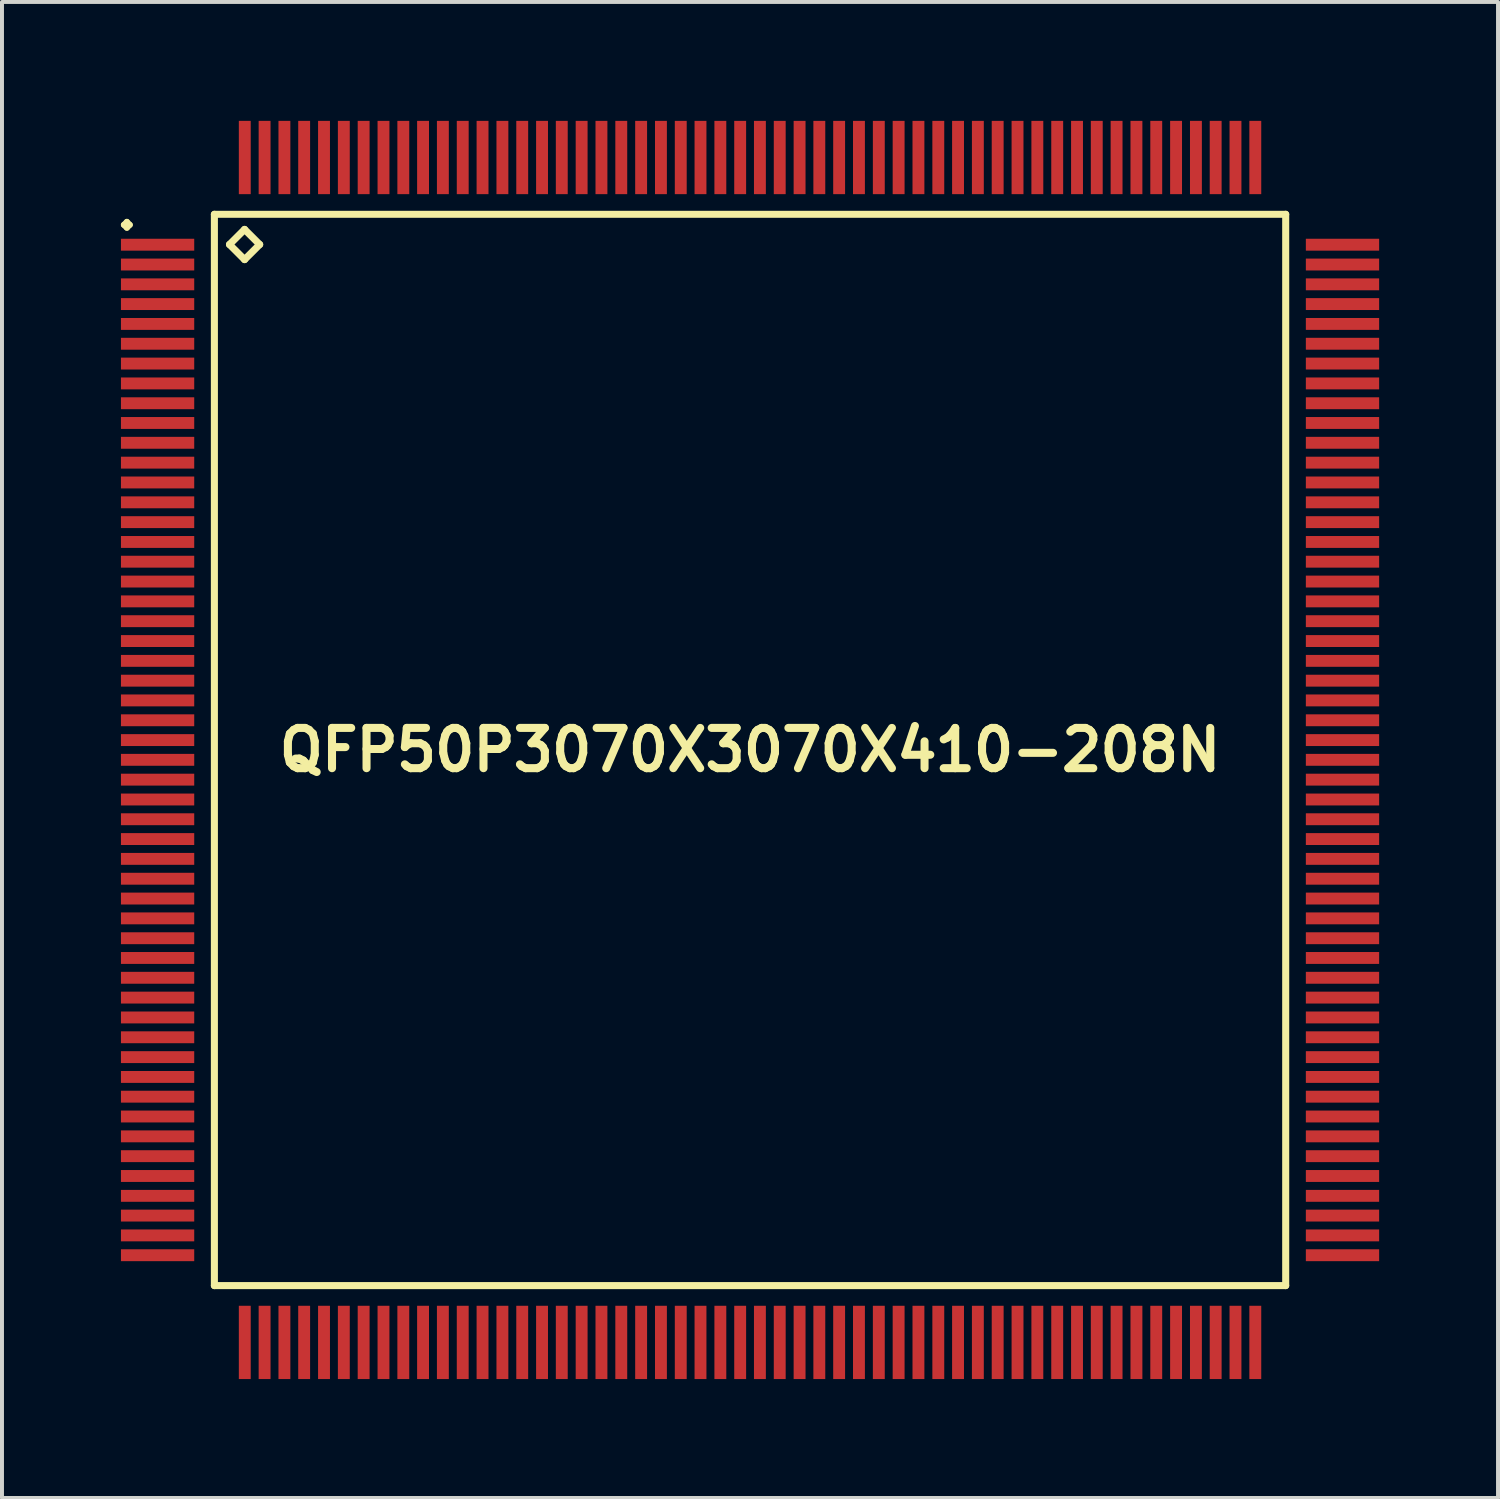
<source format=kicad_pcb>
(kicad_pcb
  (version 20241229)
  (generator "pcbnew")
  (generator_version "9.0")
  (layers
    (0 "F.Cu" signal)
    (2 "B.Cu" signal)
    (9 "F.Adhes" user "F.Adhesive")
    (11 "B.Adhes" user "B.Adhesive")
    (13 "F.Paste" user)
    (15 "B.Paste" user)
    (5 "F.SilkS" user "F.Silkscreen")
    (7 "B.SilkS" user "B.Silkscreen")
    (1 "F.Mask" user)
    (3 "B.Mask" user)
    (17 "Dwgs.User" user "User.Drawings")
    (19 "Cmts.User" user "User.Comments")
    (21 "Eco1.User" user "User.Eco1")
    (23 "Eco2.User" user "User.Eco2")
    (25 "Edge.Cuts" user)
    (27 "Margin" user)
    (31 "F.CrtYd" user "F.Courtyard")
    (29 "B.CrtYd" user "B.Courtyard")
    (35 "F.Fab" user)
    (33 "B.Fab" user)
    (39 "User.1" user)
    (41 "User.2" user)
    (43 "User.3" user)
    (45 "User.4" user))
  (footprint "QFP50P3070X3070X410-208N"
    (layer "F.Cu")
    (at 15.874 15.872)
    (property "Reference" "QFP50P3070X3070X410-208N" (at 0 0 0) (layer "F.SilkS") (effects (font (size 1.016 1.016) (thickness 0.203))))
    (attr smd)
    (fp_line (start -15.799 -13.249) (end -15.723 -13.325) (stroke (width 0.15) (type solid)) (layer "F.SilkS"))
    (fp_line (start -15.723 -13.325) (end -15.649 -13.249) (stroke (width 0.15) (type solid)) (layer "F.SilkS"))
    (fp_line (start -15.723 -13.175) (end -15.799 -13.249) (stroke (width 0.15) (type solid)) (layer "F.SilkS"))
    (fp_line (start -15.649 -13.249) (end -15.723 -13.175) (stroke (width 0.15) (type solid)) (layer "F.SilkS"))
    (fp_line (start -13.515 -13.515) (end -13.515 13.515) (stroke (width 0.178) (type solid)) (layer "F.SilkS"))
    (fp_line (start -13.515 13.515) (end 13.515 13.515) (stroke (width 0.178) (type solid)) (layer "F.SilkS"))
    (fp_line (start -13.134 -12.753) (end -12.753 -13.134) (stroke (width 0.178) (type solid)) (layer "F.SilkS"))
    (fp_line (start -12.753 -13.134) (end -12.372 -12.753) (stroke (width 0.178) (type solid)) (layer "F.SilkS"))
    (fp_line (start -12.753 -12.372) (end -13.134 -12.753) (stroke (width 0.178) (type solid)) (layer "F.SilkS"))
    (fp_line (start -12.372 -12.753) (end -12.753 -12.372) (stroke (width 0.178) (type solid)) (layer "F.SilkS"))
    (fp_line (start 13.515 -13.515) (end -13.515 -13.515) (stroke (width 0.178) (type solid)) (layer "F.SilkS"))
    (fp_line (start 13.515 13.515) (end 13.515 -13.515) (stroke (width 0.178) (type solid)) (layer "F.SilkS"))
    (pad "1" smd rect (at -14.948 -12.748) (size 1.849 0.3) (layers "F.Cu" "F.Mask" "F.Paste"))
    (pad "2" smd rect (at -14.948 -12.248) (size 1.849 0.3) (layers "F.Cu" "F.Mask" "F.Paste"))
    (pad "3" smd rect (at -14.948 -11.748) (size 1.849 0.3) (layers "F.Cu" "F.Mask" "F.Paste"))
    (pad "4" smd rect (at -14.948 -11.25) (size 1.849 0.3) (layers "F.Cu" "F.Mask" "F.Paste"))
    (pad "5" smd rect (at -14.948 -10.749) (size 1.849 0.3) (layers "F.Cu" "F.Mask" "F.Paste"))
    (pad "6" smd rect (at -14.948 -10.249) (size 1.849 0.3) (layers "F.Cu" "F.Mask" "F.Paste"))
    (pad "7" smd rect (at -14.948 -9.749) (size 1.849 0.3) (layers "F.Cu" "F.Mask" "F.Paste"))
    (pad "8" smd rect (at -14.948 -9.248) (size 1.849 0.3) (layers "F.Cu" "F.Mask" "F.Paste"))
    (pad "9" smd rect (at -14.948 -8.748) (size 1.849 0.3) (layers "F.Cu" "F.Mask" "F.Paste"))
    (pad "10" smd rect (at -14.948 -8.25) (size 1.849 0.3) (layers "F.Cu" "F.Mask" "F.Paste"))
    (pad "11" smd rect (at -14.948 -7.75) (size 1.849 0.3) (layers "F.Cu" "F.Mask" "F.Paste"))
    (pad "12" smd rect (at -14.948 -7.249) (size 1.849 0.3) (layers "F.Cu" "F.Mask" "F.Paste"))
    (pad "13" smd rect (at -14.948 -6.749) (size 1.849 0.3) (layers "F.Cu" "F.Mask" "F.Paste"))
    (pad "14" smd rect (at -14.948 -6.248) (size 1.849 0.3) (layers "F.Cu" "F.Mask" "F.Paste"))
    (pad "15" smd rect (at -14.948 -5.748) (size 1.849 0.3) (layers "F.Cu" "F.Mask" "F.Paste"))
    (pad "16" smd rect (at -14.948 -5.248) (size 1.849 0.3) (layers "F.Cu" "F.Mask" "F.Paste"))
    (pad "17" smd rect (at -14.948 -4.75) (size 1.849 0.3) (layers "F.Cu" "F.Mask" "F.Paste"))
    (pad "18" smd rect (at -14.948 -4.249) (size 1.849 0.3) (layers "F.Cu" "F.Mask" "F.Paste"))
    (pad "19" smd rect (at -14.948 -3.749) (size 1.849 0.3) (layers "F.Cu" "F.Mask" "F.Paste"))
    (pad "20" smd rect (at -14.948 -3.249) (size 1.849 0.3) (layers "F.Cu" "F.Mask" "F.Paste"))
    (pad "21" smd rect (at -14.948 -2.748) (size 1.849 0.3) (layers "F.Cu" "F.Mask" "F.Paste"))
    (pad "22" smd rect (at -14.948 -2.248) (size 1.849 0.3) (layers "F.Cu" "F.Mask" "F.Paste"))
    (pad "23" smd rect (at -14.948 -1.748) (size 1.849 0.3) (layers "F.Cu" "F.Mask" "F.Paste"))
    (pad "24" smd rect (at -14.948 -1.25) (size 1.849 0.3) (layers "F.Cu" "F.Mask" "F.Paste"))
    (pad "25" smd rect (at -14.948 -0.749) (size 1.849 0.3) (layers "F.Cu" "F.Mask" "F.Paste"))
    (pad "26" smd rect (at -14.948 -0.249) (size 1.849 0.3) (layers "F.Cu" "F.Mask" "F.Paste"))
    (pad "27" smd rect (at -14.948 0.249) (size 1.849 0.3) (layers "F.Cu" "F.Mask" "F.Paste"))
    (pad "28" smd rect (at -14.948 0.749) (size 1.849 0.3) (layers "F.Cu" "F.Mask" "F.Paste"))
    (pad "29" smd rect (at -14.948 1.25) (size 1.849 0.3) (layers "F.Cu" "F.Mask" "F.Paste"))
    (pad "30" smd rect (at -14.948 1.748) (size 1.849 0.3) (layers "F.Cu" "F.Mask" "F.Paste"))
    (pad "31" smd rect (at -14.948 2.248) (size 1.849 0.3) (layers "F.Cu" "F.Mask" "F.Paste"))
    (pad "32" smd rect (at -14.948 2.748) (size 1.849 0.3) (layers "F.Cu" "F.Mask" "F.Paste"))
    (pad "33" smd rect (at -14.948 3.249) (size 1.849 0.3) (layers "F.Cu" "F.Mask" "F.Paste"))
    (pad "34" smd rect (at -14.948 3.749) (size 1.849 0.3) (layers "F.Cu" "F.Mask" "F.Paste"))
    (pad "35" smd rect (at -14.948 4.249) (size 1.849 0.3) (layers "F.Cu" "F.Mask" "F.Paste"))
    (pad "36" smd rect (at -14.948 4.75) (size 1.849 0.3) (layers "F.Cu" "F.Mask" "F.Paste"))
    (pad "37" smd rect (at -14.948 5.248) (size 1.849 0.3) (layers "F.Cu" "F.Mask" "F.Paste"))
    (pad "38" smd rect (at -14.948 5.748) (size 1.849 0.3) (layers "F.Cu" "F.Mask" "F.Paste"))
    (pad "39" smd rect (at -14.948 6.248) (size 1.849 0.3) (layers "F.Cu" "F.Mask" "F.Paste"))
    (pad "40" smd rect (at -14.948 6.749) (size 1.849 0.3) (layers "F.Cu" "F.Mask" "F.Paste"))
    (pad "41" smd rect (at -14.948 7.249) (size 1.849 0.3) (layers "F.Cu" "F.Mask" "F.Paste"))
    (pad "42" smd rect (at -14.948 7.75) (size 1.849 0.3) (layers "F.Cu" "F.Mask" "F.Paste"))
    (pad "43" smd rect (at -14.948 8.25) (size 1.849 0.3) (layers "F.Cu" "F.Mask" "F.Paste"))
    (pad "44" smd rect (at -14.948 8.748) (size 1.849 0.3) (layers "F.Cu" "F.Mask" "F.Paste"))
    (pad "45" smd rect (at -14.948 9.248) (size 1.849 0.3) (layers "F.Cu" "F.Mask" "F.Paste"))
    (pad "46" smd rect (at -14.948 9.749) (size 1.849 0.3) (layers "F.Cu" "F.Mask" "F.Paste"))
    (pad "47" smd rect (at -14.948 10.249) (size 1.849 0.3) (layers "F.Cu" "F.Mask" "F.Paste"))
    (pad "48" smd rect (at -14.948 10.749) (size 1.849 0.3) (layers "F.Cu" "F.Mask" "F.Paste"))
    (pad "49" smd rect (at -14.948 11.25) (size 1.849 0.3) (layers "F.Cu" "F.Mask" "F.Paste"))
    (pad "50" smd rect (at -14.948 11.748) (size 1.849 0.3) (layers "F.Cu" "F.Mask" "F.Paste"))
    (pad "51" smd rect (at -14.948 12.248) (size 1.849 0.3) (layers "F.Cu" "F.Mask" "F.Paste"))
    (pad "52" smd rect (at -14.948 12.748) (size 1.849 0.3) (layers "F.Cu" "F.Mask" "F.Paste"))
    (pad "53" smd rect (at -12.748 14.948) (size 0.3 1.849) (layers "F.Cu" "F.Mask" "F.Paste"))
    (pad "54" smd rect (at -12.248 14.948) (size 0.3 1.849) (layers "F.Cu" "F.Mask" "F.Paste"))
    (pad "55" smd rect (at -11.748 14.948) (size 0.3 1.849) (layers "F.Cu" "F.Mask" "F.Paste"))
    (pad "56" smd rect (at -11.25 14.948) (size 0.3 1.849) (layers "F.Cu" "F.Mask" "F.Paste"))
    (pad "57" smd rect (at -10.749 14.948) (size 0.3 1.849) (layers "F.Cu" "F.Mask" "F.Paste"))
    (pad "58" smd rect (at -10.249 14.948) (size 0.3 1.849) (layers "F.Cu" "F.Mask" "F.Paste"))
    (pad "59" smd rect (at -9.749 14.948) (size 0.3 1.849) (layers "F.Cu" "F.Mask" "F.Paste"))
    (pad "60" smd rect (at -9.248 14.948) (size 0.3 1.849) (layers "F.Cu" "F.Mask" "F.Paste"))
    (pad "61" smd rect (at -8.748 14.948) (size 0.3 1.849) (layers "F.Cu" "F.Mask" "F.Paste"))
    (pad "62" smd rect (at -8.25 14.948) (size 0.3 1.849) (layers "F.Cu" "F.Mask" "F.Paste"))
    (pad "63" smd rect (at -7.75 14.948) (size 0.3 1.849) (layers "F.Cu" "F.Mask" "F.Paste"))
    (pad "64" smd rect (at -7.249 14.948) (size 0.3 1.849) (layers "F.Cu" "F.Mask" "F.Paste"))
    (pad "65" smd rect (at -6.749 14.948) (size 0.3 1.849) (layers "F.Cu" "F.Mask" "F.Paste"))
    (pad "66" smd rect (at -6.248 14.948) (size 0.3 1.849) (layers "F.Cu" "F.Mask" "F.Paste"))
    (pad "67" smd rect (at -5.748 14.948) (size 0.3 1.849) (layers "F.Cu" "F.Mask" "F.Paste"))
    (pad "68" smd rect (at -5.248 14.948) (size 0.3 1.849) (layers "F.Cu" "F.Mask" "F.Paste"))
    (pad "69" smd rect (at -4.75 14.948) (size 0.3 1.849) (layers "F.Cu" "F.Mask" "F.Paste"))
    (pad "70" smd rect (at -4.249 14.948) (size 0.3 1.849) (layers "F.Cu" "F.Mask" "F.Paste"))
    (pad "71" smd rect (at -3.749 14.948) (size 0.3 1.849) (layers "F.Cu" "F.Mask" "F.Paste"))
    (pad "72" smd rect (at -3.249 14.948) (size 0.3 1.849) (layers "F.Cu" "F.Mask" "F.Paste"))
    (pad "73" smd rect (at -2.748 14.948) (size 0.3 1.849) (layers "F.Cu" "F.Mask" "F.Paste"))
    (pad "74" smd rect (at -2.248 14.948) (size 0.3 1.849) (layers "F.Cu" "F.Mask" "F.Paste"))
    (pad "75" smd rect (at -1.748 14.948) (size 0.3 1.849) (layers "F.Cu" "F.Mask" "F.Paste"))
    (pad "76" smd rect (at -1.25 14.948) (size 0.3 1.849) (layers "F.Cu" "F.Mask" "F.Paste"))
    (pad "77" smd rect (at -0.749 14.948) (size 0.3 1.849) (layers "F.Cu" "F.Mask" "F.Paste"))
    (pad "78" smd rect (at -0.249 14.948) (size 0.3 1.849) (layers "F.Cu" "F.Mask" "F.Paste"))
    (pad "79" smd rect (at 0.249 14.948) (size 0.3 1.849) (layers "F.Cu" "F.Mask" "F.Paste"))
    (pad "80" smd rect (at 0.749 14.948) (size 0.3 1.849) (layers "F.Cu" "F.Mask" "F.Paste"))
    (pad "81" smd rect (at 1.25 14.948) (size 0.3 1.849) (layers "F.Cu" "F.Mask" "F.Paste"))
    (pad "82" smd rect (at 1.748 14.948) (size 0.3 1.849) (layers "F.Cu" "F.Mask" "F.Paste"))
    (pad "83" smd rect (at 2.248 14.948) (size 0.3 1.849) (layers "F.Cu" "F.Mask" "F.Paste"))
    (pad "84" smd rect (at 2.748 14.948) (size 0.3 1.849) (layers "F.Cu" "F.Mask" "F.Paste"))
    (pad "85" smd rect (at 3.249 14.948) (size 0.3 1.849) (layers "F.Cu" "F.Mask" "F.Paste"))
    (pad "86" smd rect (at 3.749 14.948) (size 0.3 1.849) (layers "F.Cu" "F.Mask" "F.Paste"))
    (pad "87" smd rect (at 4.249 14.948) (size 0.3 1.849) (layers "F.Cu" "F.Mask" "F.Paste"))
    (pad "88" smd rect (at 4.75 14.948) (size 0.3 1.849) (layers "F.Cu" "F.Mask" "F.Paste"))
    (pad "89" smd rect (at 5.248 14.948) (size 0.3 1.849) (layers "F.Cu" "F.Mask" "F.Paste"))
    (pad "90" smd rect (at 5.748 14.948) (size 0.3 1.849) (layers "F.Cu" "F.Mask" "F.Paste"))
    (pad "91" smd rect (at 6.248 14.948) (size 0.3 1.849) (layers "F.Cu" "F.Mask" "F.Paste"))
    (pad "92" smd rect (at 6.749 14.948) (size 0.3 1.849) (layers "F.Cu" "F.Mask" "F.Paste"))
    (pad "93" smd rect (at 7.249 14.948) (size 0.3 1.849) (layers "F.Cu" "F.Mask" "F.Paste"))
    (pad "94" smd rect (at 7.75 14.948) (size 0.3 1.849) (layers "F.Cu" "F.Mask" "F.Paste"))
    (pad "95" smd rect (at 8.25 14.948) (size 0.3 1.849) (layers "F.Cu" "F.Mask" "F.Paste"))
    (pad "96" smd rect (at 8.748 14.948) (size 0.3 1.849) (layers "F.Cu" "F.Mask" "F.Paste"))
    (pad "97" smd rect (at 9.248 14.948) (size 0.3 1.849) (layers "F.Cu" "F.Mask" "F.Paste"))
    (pad "98" smd rect (at 9.749 14.948) (size 0.3 1.849) (layers "F.Cu" "F.Mask" "F.Paste"))
    (pad "99" smd rect (at 10.249 14.948) (size 0.3 1.849) (layers "F.Cu" "F.Mask" "F.Paste"))
    (pad "100" smd rect (at 10.749 14.948) (size 0.3 1.849) (layers "F.Cu" "F.Mask" "F.Paste"))
    (pad "101" smd rect (at 11.25 14.948) (size 0.3 1.849) (layers "F.Cu" "F.Mask" "F.Paste"))
    (pad "102" smd rect (at 11.748 14.948) (size 0.3 1.849) (layers "F.Cu" "F.Mask" "F.Paste"))
    (pad "103" smd rect (at 12.248 14.948) (size 0.3 1.849) (layers "F.Cu" "F.Mask" "F.Paste"))
    (pad "104" smd rect (at 12.748 14.948) (size 0.3 1.849) (layers "F.Cu" "F.Mask" "F.Paste"))
    (pad "105" smd rect (at 14.948 12.748) (size 1.849 0.3) (layers "F.Cu" "F.Mask" "F.Paste"))
    (pad "106" smd rect (at 14.948 12.248) (size 1.849 0.3) (layers "F.Cu" "F.Mask" "F.Paste"))
    (pad "107" smd rect (at 14.948 11.748) (size 1.849 0.3) (layers "F.Cu" "F.Mask" "F.Paste"))
    (pad "108" smd rect (at 14.948 11.25) (size 1.849 0.3) (layers "F.Cu" "F.Mask" "F.Paste"))
    (pad "109" smd rect (at 14.948 10.749) (size 1.849 0.3) (layers "F.Cu" "F.Mask" "F.Paste"))
    (pad "110" smd rect (at 14.948 10.249) (size 1.849 0.3) (layers "F.Cu" "F.Mask" "F.Paste"))
    (pad "111" smd rect (at 14.948 9.749) (size 1.849 0.3) (layers "F.Cu" "F.Mask" "F.Paste"))
    (pad "112" smd rect (at 14.948 9.248) (size 1.849 0.3) (layers "F.Cu" "F.Mask" "F.Paste"))
    (pad "113" smd rect (at 14.948 8.748) (size 1.849 0.3) (layers "F.Cu" "F.Mask" "F.Paste"))
    (pad "114" smd rect (at 14.948 8.25) (size 1.849 0.3) (layers "F.Cu" "F.Mask" "F.Paste"))
    (pad "115" smd rect (at 14.948 7.75) (size 1.849 0.3) (layers "F.Cu" "F.Mask" "F.Paste"))
    (pad "116" smd rect (at 14.948 7.249) (size 1.849 0.3) (layers "F.Cu" "F.Mask" "F.Paste"))
    (pad "117" smd rect (at 14.948 6.749) (size 1.849 0.3) (layers "F.Cu" "F.Mask" "F.Paste"))
    (pad "118" smd rect (at 14.948 6.248) (size 1.849 0.3) (layers "F.Cu" "F.Mask" "F.Paste"))
    (pad "119" smd rect (at 14.948 5.748) (size 1.849 0.3) (layers "F.Cu" "F.Mask" "F.Paste"))
    (pad "120" smd rect (at 14.948 5.248) (size 1.849 0.3) (layers "F.Cu" "F.Mask" "F.Paste"))
    (pad "121" smd rect (at 14.948 4.75) (size 1.849 0.3) (layers "F.Cu" "F.Mask" "F.Paste"))
    (pad "122" smd rect (at 14.948 4.249) (size 1.849 0.3) (layers "F.Cu" "F.Mask" "F.Paste"))
    (pad "123" smd rect (at 14.948 3.749) (size 1.849 0.3) (layers "F.Cu" "F.Mask" "F.Paste"))
    (pad "124" smd rect (at 14.948 3.249) (size 1.849 0.3) (layers "F.Cu" "F.Mask" "F.Paste"))
    (pad "125" smd rect (at 14.948 2.748) (size 1.849 0.3) (layers "F.Cu" "F.Mask" "F.Paste"))
    (pad "126" smd rect (at 14.948 2.248) (size 1.849 0.3) (layers "F.Cu" "F.Mask" "F.Paste"))
    (pad "127" smd rect (at 14.948 1.748) (size 1.849 0.3) (layers "F.Cu" "F.Mask" "F.Paste"))
    (pad "128" smd rect (at 14.948 1.25) (size 1.849 0.3) (layers "F.Cu" "F.Mask" "F.Paste"))
    (pad "129" smd rect (at 14.948 0.749) (size 1.849 0.3) (layers "F.Cu" "F.Mask" "F.Paste"))
    (pad "130" smd rect (at 14.948 0.249) (size 1.849 0.3) (layers "F.Cu" "F.Mask" "F.Paste"))
    (pad "131" smd rect (at 14.948 -0.249) (size 1.849 0.3) (layers "F.Cu" "F.Mask" "F.Paste"))
    (pad "132" smd rect (at 14.948 -0.749) (size 1.849 0.3) (layers "F.Cu" "F.Mask" "F.Paste"))
    (pad "133" smd rect (at 14.948 -1.25) (size 1.849 0.3) (layers "F.Cu" "F.Mask" "F.Paste"))
    (pad "134" smd rect (at 14.948 -1.748) (size 1.849 0.3) (layers "F.Cu" "F.Mask" "F.Paste"))
    (pad "135" smd rect (at 14.948 -2.248) (size 1.849 0.3) (layers "F.Cu" "F.Mask" "F.Paste"))
    (pad "136" smd rect (at 14.948 -2.748) (size 1.849 0.3) (layers "F.Cu" "F.Mask" "F.Paste"))
    (pad "137" smd rect (at 14.948 -3.249) (size 1.849 0.3) (layers "F.Cu" "F.Mask" "F.Paste"))
    (pad "138" smd rect (at 14.948 -3.749) (size 1.849 0.3) (layers "F.Cu" "F.Mask" "F.Paste"))
    (pad "139" smd rect (at 14.948 -4.249) (size 1.849 0.3) (layers "F.Cu" "F.Mask" "F.Paste"))
    (pad "140" smd rect (at 14.948 -4.75) (size 1.849 0.3) (layers "F.Cu" "F.Mask" "F.Paste"))
    (pad "141" smd rect (at 14.948 -5.248) (size 1.849 0.3) (layers "F.Cu" "F.Mask" "F.Paste"))
    (pad "142" smd rect (at 14.948 -5.748) (size 1.849 0.3) (layers "F.Cu" "F.Mask" "F.Paste"))
    (pad "143" smd rect (at 14.948 -6.248) (size 1.849 0.3) (layers "F.Cu" "F.Mask" "F.Paste"))
    (pad "144" smd rect (at 14.948 -6.749) (size 1.849 0.3) (layers "F.Cu" "F.Mask" "F.Paste"))
    (pad "145" smd rect (at 14.948 -7.249) (size 1.849 0.3) (layers "F.Cu" "F.Mask" "F.Paste"))
    (pad "146" smd rect (at 14.948 -7.75) (size 1.849 0.3) (layers "F.Cu" "F.Mask" "F.Paste"))
    (pad "147" smd rect (at 14.948 -8.25) (size 1.849 0.3) (layers "F.Cu" "F.Mask" "F.Paste"))
    (pad "148" smd rect (at 14.948 -8.748) (size 1.849 0.3) (layers "F.Cu" "F.Mask" "F.Paste"))
    (pad "149" smd rect (at 14.948 -9.248) (size 1.849 0.3) (layers "F.Cu" "F.Mask" "F.Paste"))
    (pad "150" smd rect (at 14.948 -9.749) (size 1.849 0.3) (layers "F.Cu" "F.Mask" "F.Paste"))
    (pad "151" smd rect (at 14.948 -10.249) (size 1.849 0.3) (layers "F.Cu" "F.Mask" "F.Paste"))
    (pad "152" smd rect (at 14.948 -10.749) (size 1.849 0.3) (layers "F.Cu" "F.Mask" "F.Paste"))
    (pad "153" smd rect (at 14.948 -11.25) (size 1.849 0.3) (layers "F.Cu" "F.Mask" "F.Paste"))
    (pad "154" smd rect (at 14.948 -11.748) (size 1.849 0.3) (layers "F.Cu" "F.Mask" "F.Paste"))
    (pad "155" smd rect (at 14.948 -12.248) (size 1.849 0.3) (layers "F.Cu" "F.Mask" "F.Paste"))
    (pad "156" smd rect (at 14.948 -12.748) (size 1.849 0.3) (layers "F.Cu" "F.Mask" "F.Paste"))
    (pad "157" smd rect (at 12.748 -14.948) (size 0.3 1.849) (layers "F.Cu" "F.Mask" "F.Paste"))
    (pad "158" smd rect (at 12.248 -14.948) (size 0.3 1.849) (layers "F.Cu" "F.Mask" "F.Paste"))
    (pad "159" smd rect (at 11.748 -14.948) (size 0.3 1.849) (layers "F.Cu" "F.Mask" "F.Paste"))
    (pad "160" smd rect (at 11.25 -14.948) (size 0.3 1.849) (layers "F.Cu" "F.Mask" "F.Paste"))
    (pad "161" smd rect (at 10.749 -14.948) (size 0.3 1.849) (layers "F.Cu" "F.Mask" "F.Paste"))
    (pad "162" smd rect (at 10.249 -14.948) (size 0.3 1.849) (layers "F.Cu" "F.Mask" "F.Paste"))
    (pad "163" smd rect (at 9.749 -14.948) (size 0.3 1.849) (layers "F.Cu" "F.Mask" "F.Paste"))
    (pad "164" smd rect (at 9.248 -14.948) (size 0.3 1.849) (layers "F.Cu" "F.Mask" "F.Paste"))
    (pad "165" smd rect (at 8.748 -14.948) (size 0.3 1.849) (layers "F.Cu" "F.Mask" "F.Paste"))
    (pad "166" smd rect (at 8.25 -14.948) (size 0.3 1.849) (layers "F.Cu" "F.Mask" "F.Paste"))
    (pad "167" smd rect (at 7.75 -14.948) (size 0.3 1.849) (layers "F.Cu" "F.Mask" "F.Paste"))
    (pad "168" smd rect (at 7.249 -14.948) (size 0.3 1.849) (layers "F.Cu" "F.Mask" "F.Paste"))
    (pad "169" smd rect (at 6.749 -14.948) (size 0.3 1.849) (layers "F.Cu" "F.Mask" "F.Paste"))
    (pad "170" smd rect (at 6.248 -14.948) (size 0.3 1.849) (layers "F.Cu" "F.Mask" "F.Paste"))
    (pad "171" smd rect (at 5.748 -14.948) (size 0.3 1.849) (layers "F.Cu" "F.Mask" "F.Paste"))
    (pad "172" smd rect (at 5.248 -14.948) (size 0.3 1.849) (layers "F.Cu" "F.Mask" "F.Paste"))
    (pad "173" smd rect (at 4.75 -14.948) (size 0.3 1.849) (layers "F.Cu" "F.Mask" "F.Paste"))
    (pad "174" smd rect (at 4.249 -14.948) (size 0.3 1.849) (layers "F.Cu" "F.Mask" "F.Paste"))
    (pad "175" smd rect (at 3.749 -14.948) (size 0.3 1.849) (layers "F.Cu" "F.Mask" "F.Paste"))
    (pad "176" smd rect (at 3.249 -14.948) (size 0.3 1.849) (layers "F.Cu" "F.Mask" "F.Paste"))
    (pad "177" smd rect (at 2.748 -14.948) (size 0.3 1.849) (layers "F.Cu" "F.Mask" "F.Paste"))
    (pad "178" smd rect (at 2.248 -14.948) (size 0.3 1.849) (layers "F.Cu" "F.Mask" "F.Paste"))
    (pad "179" smd rect (at 1.748 -14.948) (size 0.3 1.849) (layers "F.Cu" "F.Mask" "F.Paste"))
    (pad "180" smd rect (at 1.25 -14.948) (size 0.3 1.849) (layers "F.Cu" "F.Mask" "F.Paste"))
    (pad "181" smd rect (at 0.749 -14.948) (size 0.3 1.849) (layers "F.Cu" "F.Mask" "F.Paste"))
    (pad "182" smd rect (at 0.249 -14.948) (size 0.3 1.849) (layers "F.Cu" "F.Mask" "F.Paste"))
    (pad "183" smd rect (at -0.249 -14.948) (size 0.3 1.849) (layers "F.Cu" "F.Mask" "F.Paste"))
    (pad "184" smd rect (at -0.749 -14.948) (size 0.3 1.849) (layers "F.Cu" "F.Mask" "F.Paste"))
    (pad "185" smd rect (at -1.25 -14.948) (size 0.3 1.849) (layers "F.Cu" "F.Mask" "F.Paste"))
    (pad "186" smd rect (at -1.748 -14.948) (size 0.3 1.849) (layers "F.Cu" "F.Mask" "F.Paste"))
    (pad "187" smd rect (at -2.248 -14.948) (size 0.3 1.849) (layers "F.Cu" "F.Mask" "F.Paste"))
    (pad "188" smd rect (at -2.748 -14.948) (size 0.3 1.849) (layers "F.Cu" "F.Mask" "F.Paste"))
    (pad "189" smd rect (at -3.249 -14.948) (size 0.3 1.849) (layers "F.Cu" "F.Mask" "F.Paste"))
    (pad "190" smd rect (at -3.749 -14.948) (size 0.3 1.849) (layers "F.Cu" "F.Mask" "F.Paste"))
    (pad "191" smd rect (at -4.249 -14.948) (size 0.3 1.849) (layers "F.Cu" "F.Mask" "F.Paste"))
    (pad "192" smd rect (at -4.75 -14.948) (size 0.3 1.849) (layers "F.Cu" "F.Mask" "F.Paste"))
    (pad "193" smd rect (at -5.248 -14.948) (size 0.3 1.849) (layers "F.Cu" "F.Mask" "F.Paste"))
    (pad "194" smd rect (at -5.748 -14.948) (size 0.3 1.849) (layers "F.Cu" "F.Mask" "F.Paste"))
    (pad "195" smd rect (at -6.248 -14.948) (size 0.3 1.849) (layers "F.Cu" "F.Mask" "F.Paste"))
    (pad "196" smd rect (at -6.749 -14.948) (size 0.3 1.849) (layers "F.Cu" "F.Mask" "F.Paste"))
    (pad "197" smd rect (at -7.249 -14.948) (size 0.3 1.849) (layers "F.Cu" "F.Mask" "F.Paste"))
    (pad "198" smd rect (at -7.75 -14.948) (size 0.3 1.849) (layers "F.Cu" "F.Mask" "F.Paste"))
    (pad "199" smd rect (at -8.25 -14.948) (size 0.3 1.849) (layers "F.Cu" "F.Mask" "F.Paste"))
    (pad "200" smd rect (at -8.748 -14.948) (size 0.3 1.849) (layers "F.Cu" "F.Mask" "F.Paste"))
    (pad "201" smd rect (at -9.248 -14.948) (size 0.3 1.849) (layers "F.Cu" "F.Mask" "F.Paste"))
    (pad "202" smd rect (at -9.749 -14.948) (size 0.3 1.849) (layers "F.Cu" "F.Mask" "F.Paste"))
    (pad "203" smd rect (at -10.249 -14.948) (size 0.3 1.849) (layers "F.Cu" "F.Mask" "F.Paste"))
    (pad "204" smd rect (at -10.749 -14.948) (size 0.3 1.849) (layers "F.Cu" "F.Mask" "F.Paste"))
    (pad "205" smd rect (at -11.25 -14.948) (size 0.3 1.849) (layers "F.Cu" "F.Mask" "F.Paste"))
    (pad "206" smd rect (at -11.748 -14.948) (size 0.3 1.849) (layers "F.Cu" "F.Mask" "F.Paste"))
    (pad "207" smd rect (at -12.248 -14.948) (size 0.3 1.849) (layers "F.Cu" "F.Mask" "F.Paste"))
    (pad "208" smd rect (at -12.748 -14.948) (size 0.3 1.849) (layers "F.Cu" "F.Mask" "F.Paste")))
  (gr_rect
    (start -3 -3)
    (end 34.746 34.745)
    (stroke (width 0.1) (type default))
    (fill no)
    (layer "Edge.Cuts")))
</source>
